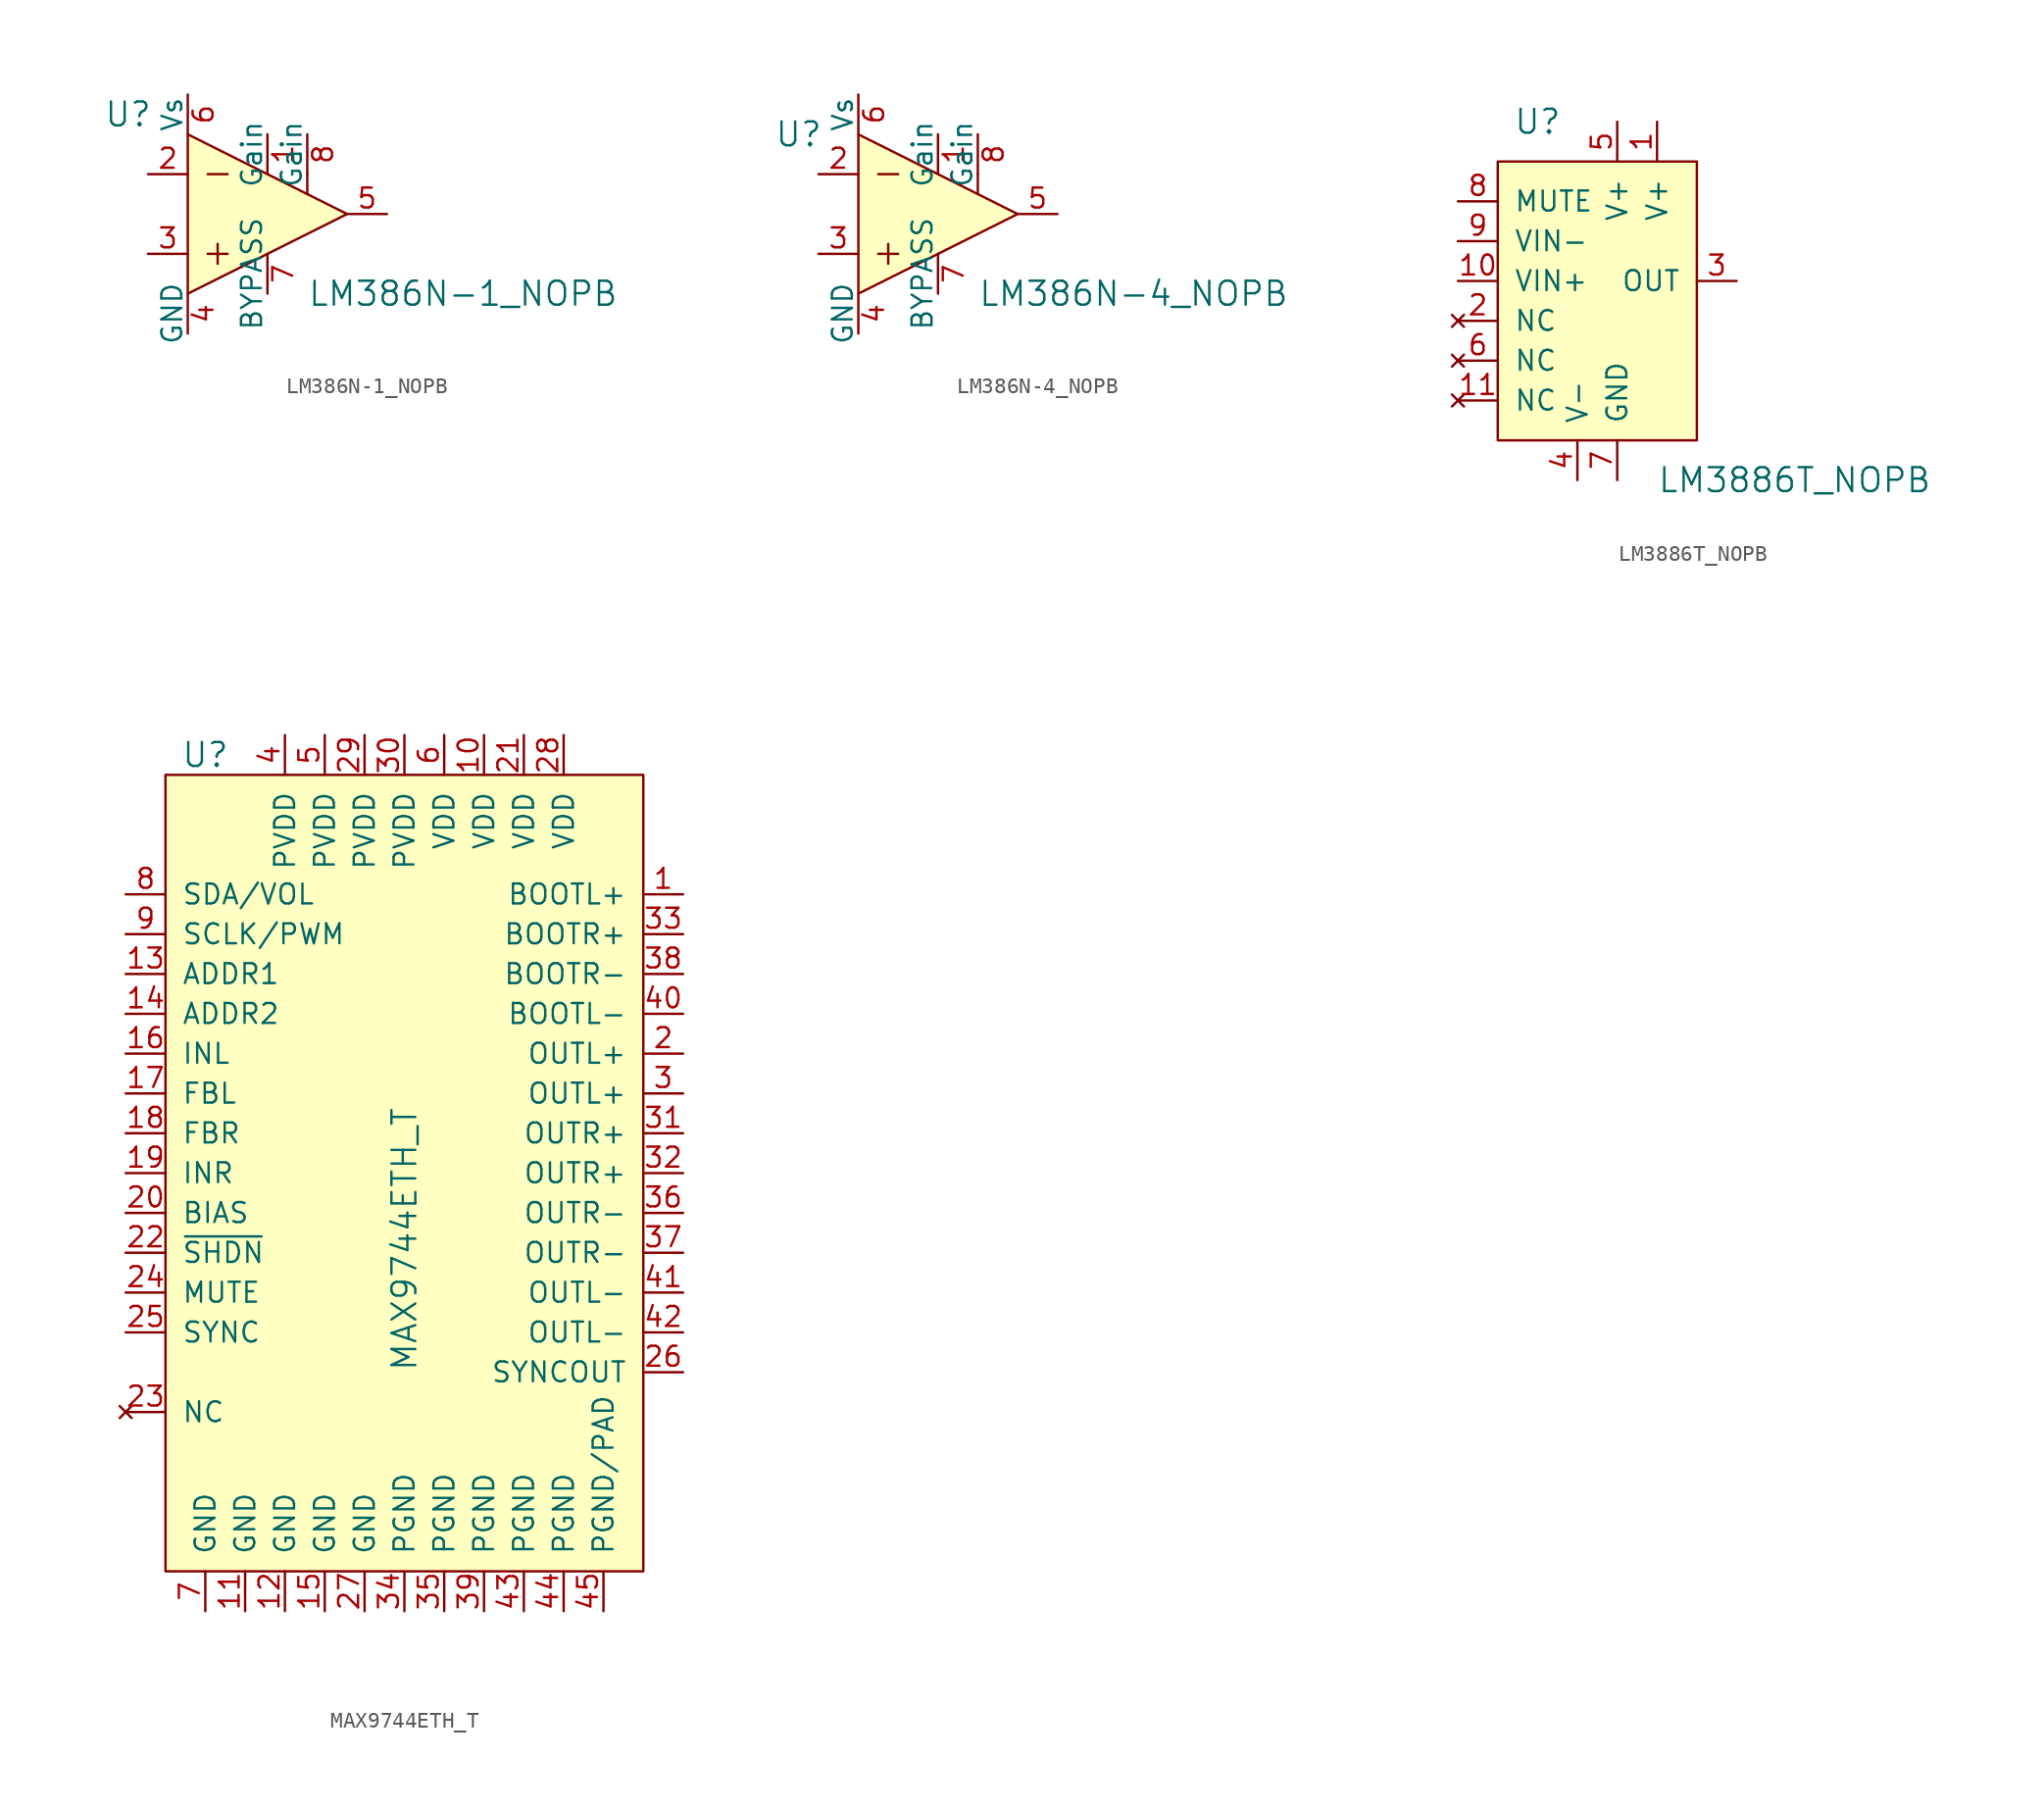
<source format=kicad_sym>
(kicad_symbol_lib
  (version 20220914)
  (generator kicad_symbol_editor)
  (symbol "LM386N-1_NOPB"
    (pin_names
      (offset 0))
    (property "Reference" "U"
      (at -8.89 6.35 0)
      (effects (font (size 1.524 1.524))))
    (property "Value" "LM386N-1_NOPB"
      (at 2.54 -5.08 0)
      (effects (font (size 1.524 1.524)) (justify left)))
    (symbol "LM386N-1_NOPB_0_1"
      (polyline (pts (xy -3.81 -2.54) (xy -2.54 -2.54)) (stroke (width 0) (type solid)) (fill (type none)))
      (polyline (pts (xy -3.81 2.54) (xy -2.54 2.54)) (stroke (width 0) (type solid)) (fill (type none)))
      (polyline (pts (xy -3.175 -1.905) (xy -3.175 -3.175)) (stroke (width 0) (type solid)) (fill (type none)))
      (polyline (pts (xy 2.54 2.54) (xy 2.54 1.27)) (stroke (width 0) (type solid)) (fill (type none)))
      (polyline (pts (xy -5.08 5.08) (xy -5.08 -5.08) (xy 5.08 0) (xy -5.08 5.08)) (stroke (width 0) (type solid)) (fill (type background))))
    (symbol "LM386N-1_NOPB_1_1"
      (pin input line (at 0 5.08 270) (length 2.54) (name "Gain" (effects (font (size 1.27 1.27)))) (number "1" (effects (font (size 1.27 1.27)))))
      (pin input line (at -7.62 2.54 0) (length 2.54) (name "~" (effects (font (size 1.27 1.27)))) (number "2" (effects (font (size 1.27 1.27)))))
      (pin input line (at -7.62 -2.54 0) (length 2.54) (name "~" (effects (font (size 1.27 1.27)))) (number "3" (effects (font (size 1.27 1.27)))))
      (pin power_in line (at -5.08 -7.62 90) (length 2.54) (name "GND" (effects (font (size 1.27 1.27)))) (number "4" (effects (font (size 1.27 1.27)))))
      (pin output line (at 7.62 0 180) (length 2.54) (name "~" (effects (font (size 1.27 1.27)))) (number "5" (effects (font (size 1.27 1.27)))))
      (pin power_in line (at -5.08 7.62 270) (length 2.54) (name "Vs" (effects (font (size 1.27 1.27)))) (number "6" (effects (font (size 1.27 1.27)))))
      (pin output line (at 0 -5.08 90) (length 2.54) (name "BYPASS" (effects (font (size 1.27 1.27)))) (number "7" (effects (font (size 1.27 1.27)))))
      (pin input line (at 2.54 5.08 270) (length 2.54) (name "Gain" (effects (font (size 1.27 1.27)))) (number "8" (effects (font (size 1.27 1.27)))))))
  (symbol "LM386N-4_NOPB"
    (pin_names
      (offset 0))
    (property "Reference" "U"
      (at -8.89 5.08 0)
      (effects (font (size 1.524 1.524))))
    (property "Value" "LM386N-4_NOPB"
      (at 2.54 -5.08 0)
      (effects (font (size 1.524 1.524)) (justify left)))
    (symbol "LM386N-4_NOPB_0_1"
      (polyline (pts (xy -3.81 -2.54) (xy -2.54 -2.54)) (stroke (width 0) (type solid)) (fill (type none)))
      (polyline (pts (xy -3.81 2.54) (xy -2.54 2.54)) (stroke (width 0) (type solid)) (fill (type none)))
      (polyline (pts (xy -3.175 -1.905) (xy -3.175 -3.175)) (stroke (width 0) (type solid)) (fill (type none)))
      (polyline (pts (xy 2.54 2.54) (xy 2.54 1.27)) (stroke (width 0) (type solid)) (fill (type none)))
      (polyline (pts (xy -5.08 5.08) (xy -5.08 -5.08) (xy 5.08 0) (xy -5.08 5.08)) (stroke (width 0) (type solid)) (fill (type background))))
    (symbol "LM386N-4_NOPB_1_1"
      (pin passive line (at 0 5.08 270) (length 2.54) (name "Gain" (effects (font (size 1.27 1.27)))) (number "1" (effects (font (size 1.27 1.27)))))
      (pin input line (at -7.62 2.54 0) (length 2.54) (name "~" (effects (font (size 1.27 1.27)))) (number "2" (effects (font (size 1.27 1.27)))))
      (pin input line (at -7.62 -2.54 0) (length 2.54) (name "~" (effects (font (size 1.27 1.27)))) (number "3" (effects (font (size 1.27 1.27)))))
      (pin power_in line (at -5.08 -7.62 90) (length 2.54) (name "GND" (effects (font (size 1.27 1.27)))) (number "4" (effects (font (size 1.27 1.27)))))
      (pin output line (at 7.62 0 180) (length 2.54) (name "~" (effects (font (size 1.27 1.27)))) (number "5" (effects (font (size 1.27 1.27)))))
      (pin power_in line (at -5.08 7.62 270) (length 2.54) (name "Vs" (effects (font (size 1.27 1.27)))) (number "6" (effects (font (size 1.27 1.27)))))
      (pin output line (at 0 -5.08 90) (length 2.54) (name "BYPASS" (effects (font (size 1.27 1.27)))) (number "7" (effects (font (size 1.27 1.27)))))
      (pin passive line (at 2.54 5.08 270) (length 2.54) (name "Gain" (effects (font (size 1.27 1.27)))) (number "8" (effects (font (size 1.27 1.27)))))))
  (symbol "LM3886T_NOPB"
    (pin_names
      (offset 1.016))
    (property "Reference" "U"
      (at -5.08 5.08 0)
      (effects (font (size 1.524 1.524))))
    (property "Value" "LM3886T_NOPB"
      (at 2.54 -17.78 0)
      (effects (font (size 1.524 1.524)) (justify left)))
    (symbol "LM3886T_NOPB_0_1"
      (rectangle (start -7.62 2.54) (end 5.08 -15.24) (stroke (width 0) (type solid)) (fill (type background))))
    (symbol "LM3886T_NOPB_1_1"
      (pin power_in line (at 2.54 5.08 270) (length 2.54) (name "V+" (effects (font (size 1.27 1.27)))) (number "1" (effects (font (size 1.27 1.27)))))
      (pin input line (at -10.16 -5.08 0) (length 2.54) (name "VIN+" (effects (font (size 1.27 1.27)))) (number "10" (effects (font (size 1.27 1.27)))))
      (pin no_connect line (at -10.16 -12.7 0) (length 2.54) (name "NC" (effects (font (size 1.27 1.27)))) (number "11" (effects (font (size 1.27 1.27)))))
      (pin no_connect line (at -10.16 -7.62 0) (length 2.54) (name "NC" (effects (font (size 1.27 1.27)))) (number "2" (effects (font (size 1.27 1.27)))))
      (pin output line (at 7.62 -5.08 180) (length 2.54) (name "OUT" (effects (font (size 1.27 1.27)))) (number "3" (effects (font (size 1.27 1.27)))))
      (pin power_in line (at -2.54 -17.78 90) (length 2.54) (name "V-" (effects (font (size 1.27 1.27)))) (number "4" (effects (font (size 1.27 1.27)))))
      (pin power_in line (at 0 5.08 270) (length 2.54) (name "V+" (effects (font (size 1.27 1.27)))) (number "5" (effects (font (size 1.27 1.27)))))
      (pin no_connect line (at -10.16 -10.16 0) (length 2.54) (name "NC" (effects (font (size 1.27 1.27)))) (number "6" (effects (font (size 1.27 1.27)))))
      (pin power_in line (at 0 -17.78 90) (length 2.54) (name "GND" (effects (font (size 1.27 1.27)))) (number "7" (effects (font (size 1.27 1.27)))))
      (pin input line (at -10.16 0 0) (length 2.54) (name "MUTE" (effects (font (size 1.27 1.27)))) (number "8" (effects (font (size 1.27 1.27)))))
      (pin input line (at -10.16 -2.54 0) (length 2.54) (name "VIN-" (effects (font (size 1.27 1.27)))) (number "9" (effects (font (size 1.27 1.27)))))))
  (symbol "MAX9744ETH_T"
    (pin_names
      (offset 1.016))
    (property "Reference" "U"
      (at -15.24 24.13 0)
      (effects (font (size 1.524 1.524))))
    (property "Value" "MAX9744ETH_T"
      (at -2.54 -15.24 90)
      (effects (font (size 1.524 1.524)) (justify left)))
    (symbol "MAX9744ETH_T_0_1"
      (rectangle (start -17.78 22.86) (end 12.7 -27.94) (stroke (width 0) (type solid)) (fill (type background))))
    (symbol "MAX9744ETH_T_1_1"
      (pin output line (at 15.24 15.24 180) (length 2.54) (name "BOOTL+" (effects (font (size 1.27 1.27)))) (number "1" (effects (font (size 1.27 1.27)))))
      (pin power_in line (at 2.54 25.4 270) (length 2.54) (name "VDD" (effects (font (size 1.27 1.27)))) (number "10" (effects (font (size 1.27 1.27)))))
      (pin power_in line (at -12.7 -30.48 90) (length 2.54) (name "GND" (effects (font (size 1.27 1.27)))) (number "11" (effects (font (size 1.27 1.27)))))
      (pin power_in line (at -10.16 -30.48 90) (length 2.54) (name "GND" (effects (font (size 1.27 1.27)))) (number "12" (effects (font (size 1.27 1.27)))))
      (pin input line (at -20.32 10.16 0) (length 2.54) (name "ADDR1" (effects (font (size 1.27 1.27)))) (number "13" (effects (font (size 1.27 1.27)))))
      (pin input line (at -20.32 7.62 0) (length 2.54) (name "ADDR2" (effects (font (size 1.27 1.27)))) (number "14" (effects (font (size 1.27 1.27)))))
      (pin power_in line (at -7.62 -30.48 90) (length 2.54) (name "GND" (effects (font (size 1.27 1.27)))) (number "15" (effects (font (size 1.27 1.27)))))
      (pin input line (at -20.32 5.08 0) (length 2.54) (name "INL" (effects (font (size 1.27 1.27)))) (number "16" (effects (font (size 1.27 1.27)))))
      (pin passive line (at -20.32 2.54 0) (length 2.54) (name "FBL" (effects (font (size 1.27 1.27)))) (number "17" (effects (font (size 1.27 1.27)))))
      (pin passive line (at -20.32 0 0) (length 2.54) (name "FBR" (effects (font (size 1.27 1.27)))) (number "18" (effects (font (size 1.27 1.27)))))
      (pin input line (at -20.32 -2.54 0) (length 2.54) (name "INR" (effects (font (size 1.27 1.27)))) (number "19" (effects (font (size 1.27 1.27)))))
      (pin output line (at 15.24 5.08 180) (length 2.54) (name "OUTL+" (effects (font (size 1.27 1.27)))) (number "2" (effects (font (size 1.27 1.27)))))
      (pin passive line (at -20.32 -5.08 0) (length 2.54) (name "BIAS" (effects (font (size 1.27 1.27)))) (number "20" (effects (font (size 1.27 1.27)))))
      (pin power_in line (at 5.08 25.4 270) (length 2.54) (name "VDD" (effects (font (size 1.27 1.27)))) (number "21" (effects (font (size 1.27 1.27)))))
      (pin input line (at -20.32 -7.62 0) (length 2.54) (name "~{SHDN}" (effects (font (size 1.27 1.27)))) (number "22" (effects (font (size 1.27 1.27)))))
      (pin no_connect line (at -20.32 -17.78 0) (length 2.54) (name "NC" (effects (font (size 1.27 1.27)))) (number "23" (effects (font (size 1.27 1.27)))))
      (pin input line (at -20.32 -10.16 0) (length 2.54) (name "MUTE" (effects (font (size 1.27 1.27)))) (number "24" (effects (font (size 1.27 1.27)))))
      (pin input line (at -20.32 -12.7 0) (length 2.54) (name "SYNC" (effects (font (size 1.27 1.27)))) (number "25" (effects (font (size 1.27 1.27)))))
      (pin output line (at 15.24 -15.24 180) (length 2.54) (name "SYNCOUT" (effects (font (size 1.27 1.27)))) (number "26" (effects (font (size 1.27 1.27)))))
      (pin power_in line (at -5.08 -30.48 90) (length 2.54) (name "GND" (effects (font (size 1.27 1.27)))) (number "27" (effects (font (size 1.27 1.27)))))
      (pin power_in line (at 7.62 25.4 270) (length 2.54) (name "VDD" (effects (font (size 1.27 1.27)))) (number "28" (effects (font (size 1.27 1.27)))))
      (pin power_in line (at -5.08 25.4 270) (length 2.54) (name "PVDD" (effects (font (size 1.27 1.27)))) (number "29" (effects (font (size 1.27 1.27)))))
      (pin output line (at 15.24 2.54 180) (length 2.54) (name "OUTL+" (effects (font (size 1.27 1.27)))) (number "3" (effects (font (size 1.27 1.27)))))
      (pin power_in line (at -2.54 25.4 270) (length 2.54) (name "PVDD" (effects (font (size 1.27 1.27)))) (number "30" (effects (font (size 1.27 1.27)))))
      (pin output line (at 15.24 0 180) (length 2.54) (name "OUTR+" (effects (font (size 1.27 1.27)))) (number "31" (effects (font (size 1.27 1.27)))))
      (pin output line (at 15.24 -2.54 180) (length 2.54) (name "OUTR+" (effects (font (size 1.27 1.27)))) (number "32" (effects (font (size 1.27 1.27)))))
      (pin output line (at 15.24 12.7 180) (length 2.54) (name "BOOTR+" (effects (font (size 1.27 1.27)))) (number "33" (effects (font (size 1.27 1.27)))))
      (pin power_in line (at -2.54 -30.48 90) (length 2.54) (name "PGND" (effects (font (size 1.27 1.27)))) (number "34" (effects (font (size 1.27 1.27)))))
      (pin power_in line (at 0 -30.48 90) (length 2.54) (name "PGND" (effects (font (size 1.27 1.27)))) (number "35" (effects (font (size 1.27 1.27)))))
      (pin output line (at 15.24 -5.08 180) (length 2.54) (name "OUTR-" (effects (font (size 1.27 1.27)))) (number "36" (effects (font (size 1.27 1.27)))))
      (pin output line (at 15.24 -7.62 180) (length 2.54) (name "OUTR-" (effects (font (size 1.27 1.27)))) (number "37" (effects (font (size 1.27 1.27)))))
      (pin output line (at 15.24 10.16 180) (length 2.54) (name "BOOTR-" (effects (font (size 1.27 1.27)))) (number "38" (effects (font (size 1.27 1.27)))))
      (pin power_in line (at 2.54 -30.48 90) (length 2.54) (name "PGND" (effects (font (size 1.27 1.27)))) (number "39" (effects (font (size 1.27 1.27)))))
      (pin power_in line (at -10.16 25.4 270) (length 2.54) (name "PVDD" (effects (font (size 1.27 1.27)))) (number "4" (effects (font (size 1.27 1.27)))))
      (pin output line (at 15.24 7.62 180) (length 2.54) (name "BOOTL-" (effects (font (size 1.27 1.27)))) (number "40" (effects (font (size 1.27 1.27)))))
      (pin output line (at 15.24 -10.16 180) (length 2.54) (name "OUTL-" (effects (font (size 1.27 1.27)))) (number "41" (effects (font (size 1.27 1.27)))))
      (pin output line (at 15.24 -12.7 180) (length 2.54) (name "OUTL-" (effects (font (size 1.27 1.27)))) (number "42" (effects (font (size 1.27 1.27)))))
      (pin power_in line (at 5.08 -30.48 90) (length 2.54) (name "PGND" (effects (font (size 1.27 1.27)))) (number "43" (effects (font (size 1.27 1.27)))))
      (pin power_in line (at 7.62 -30.48 90) (length 2.54) (name "PGND" (effects (font (size 1.27 1.27)))) (number "44" (effects (font (size 1.27 1.27)))))
      (pin power_in line (at 10.16 -30.48 90) (length 2.54) (name "PGND/PAD" (effects (font (size 1.27 1.27)))) (number "45" (effects (font (size 1.27 1.27)))))
      (pin power_in line (at -7.62 25.4 270) (length 2.54) (name "PVDD" (effects (font (size 1.27 1.27)))) (number "5" (effects (font (size 1.27 1.27)))))
      (pin power_in line (at 0 25.4 270) (length 2.54) (name "VDD" (effects (font (size 1.27 1.27)))) (number "6" (effects (font (size 1.27 1.27)))))
      (pin power_in line (at -15.24 -30.48 90) (length 2.54) (name "GND" (effects (font (size 1.27 1.27)))) (number "7" (effects (font (size 1.27 1.27)))))
      (pin bidirectional line (at -20.32 15.24 0) (length 2.54) (name "SDA/VOL" (effects (font (size 1.27 1.27)))) (number "8" (effects (font (size 1.27 1.27)))))
      (pin input line (at -20.32 12.7 0) (length 2.54) (name "SCLK/PWM" (effects (font (size 1.27 1.27)))) (number "9" (effects (font (size 1.27 1.27))))))))
</source>
